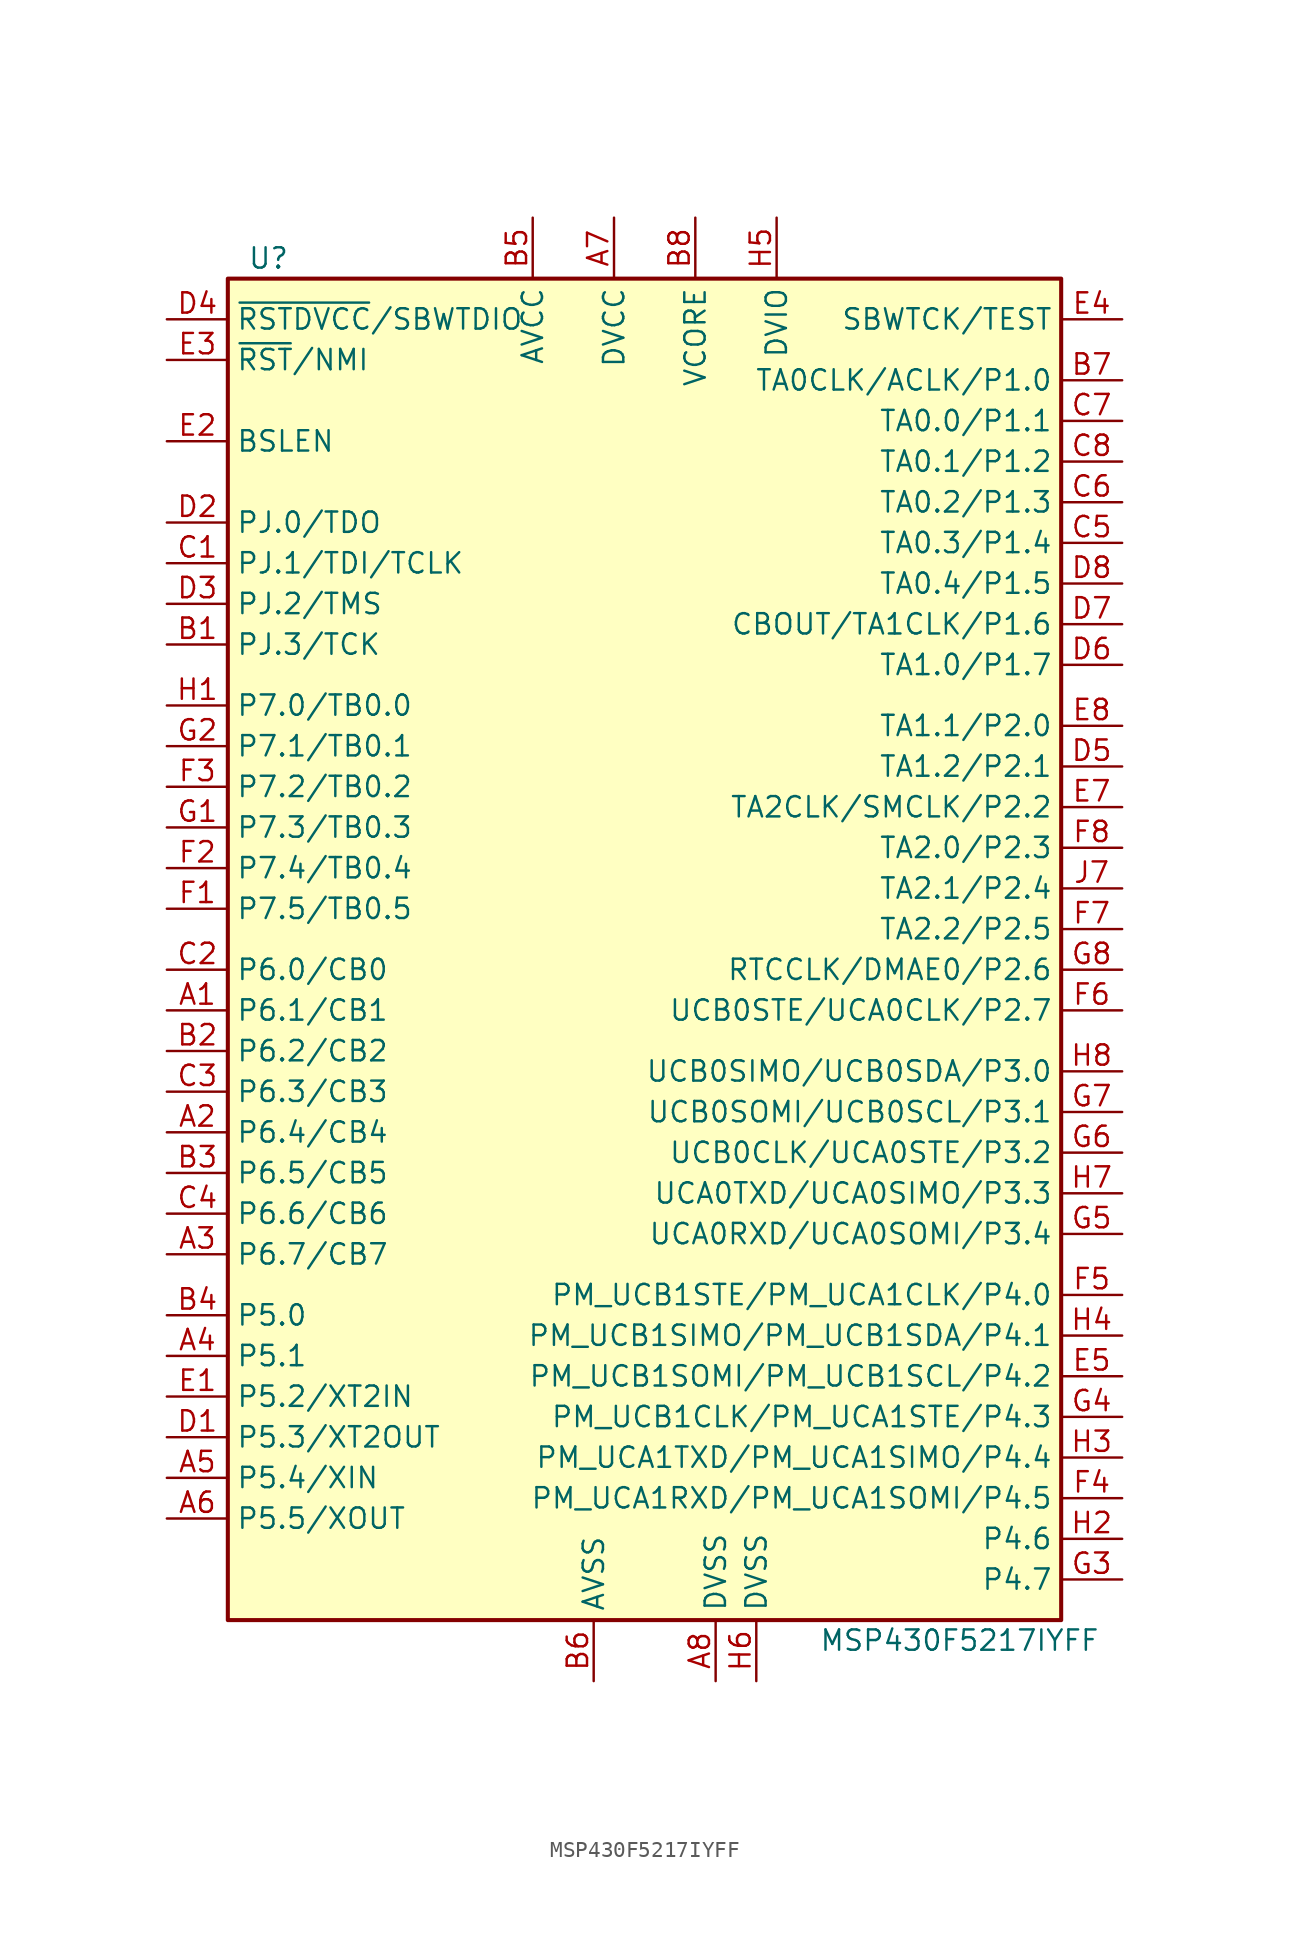
<source format=kicad_sym>
(kicad_symbol_lib
  (version 20231120)
  (generator "kicad_symbol_editor")
  (generator_version "8.0")
  (symbol "MSP430F5217IYFF"
    (property "Reference" "U"
      (at -24.13 43.18 0)
      (effects (font (size 1.27 1.27))))
    (property "Value" "MSP430F5217IYFF"
      (at 19.05 -43.18 0)
      (effects (font (size 1.27 1.27))))
    (symbol "MSP430F5217IYFF_0_1"
      (rectangle (start -26.67 41.91) (end 25.4 -41.91) (stroke (width 0.254) (type default)) (fill (type background))))
    (symbol "MSP430F5217IYFF_1_1"
      (pin bidirectional line (at -30.48 -3.81 0) (length 3.81) (name "P6.1/CB1" (effects (font (size 1.27 1.27)))) (number "A1" (effects (font (size 1.27 1.27)))))
      (pin bidirectional line (at -30.48 -11.43 0) (length 3.81) (name "P6.4/CB4" (effects (font (size 1.27 1.27)))) (number "A2" (effects (font (size 1.27 1.27)))))
      (pin bidirectional line (at -30.48 -19.05 0) (length 3.81) (name "P6.7/CB7" (effects (font (size 1.27 1.27)))) (number "A3" (effects (font (size 1.27 1.27)))))
      (pin bidirectional line (at -30.48 -25.4 0) (length 3.81) (name "P5.1" (effects (font (size 1.27 1.27)))) (number "A4" (effects (font (size 1.27 1.27)))))
      (pin bidirectional line (at -30.48 -33.02 0) (length 3.81) (name "P5.4/XIN" (effects (font (size 1.27 1.27)))) (number "A5" (effects (font (size 1.27 1.27)))))
      (pin bidirectional line (at -30.48 -35.56 0) (length 3.81) (name "P5.5/XOUT" (effects (font (size 1.27 1.27)))) (number "A6" (effects (font (size 1.27 1.27)))))
      (pin power_in line (at -2.54 45.72 270) (length 3.81) (name "DVCC" (effects (font (size 1.27 1.27)))) (number "A7" (effects (font (size 1.27 1.27)))))
      (pin power_in line (at 3.81 -45.72 90) (length 3.81) (name "DVSS" (effects (font (size 1.27 1.27)))) (number "A8" (effects (font (size 1.27 1.27)))))
      (pin bidirectional line (at -30.48 19.05 0) (length 3.81) (name "PJ.3/TCK" (effects (font (size 1.27 1.27)))) (number "B1" (effects (font (size 1.27 1.27)))))
      (pin bidirectional line (at -30.48 -6.35 0) (length 3.81) (name "P6.2/CB2" (effects (font (size 1.27 1.27)))) (number "B2" (effects (font (size 1.27 1.27)))))
      (pin bidirectional line (at -30.48 -13.97 0) (length 3.81) (name "P6.5/CB5" (effects (font (size 1.27 1.27)))) (number "B3" (effects (font (size 1.27 1.27)))))
      (pin bidirectional line (at -30.48 -22.86 0) (length 3.81) (name "P5.0" (effects (font (size 1.27 1.27)))) (number "B4" (effects (font (size 1.27 1.27)))))
      (pin power_in line (at -7.62 45.72 270) (length 3.81) (name "AVCC" (effects (font (size 1.27 1.27)))) (number "B5" (effects (font (size 1.27 1.27)))))
      (pin power_in line (at -3.81 -45.72 90) (length 3.81) (name "AVSS" (effects (font (size 1.27 1.27)))) (number "B6" (effects (font (size 1.27 1.27)))))
      (pin bidirectional line (at 29.21 35.56 180) (length 3.81) (name "TA0CLK/ACLK/P1.0" (effects (font (size 1.27 1.27)))) (number "B7" (effects (font (size 1.27 1.27)))))
      (pin power_in line (at 2.54 45.72 270) (length 3.81) (name "VCORE" (effects (font (size 1.27 1.27)))) (number "B8" (effects (font (size 1.27 1.27)))))
      (pin bidirectional line (at -30.48 24.13 0) (length 3.81) (name "PJ.1/TDI/TCLK" (effects (font (size 1.27 1.27)))) (number "C1" (effects (font (size 1.27 1.27)))))
      (pin bidirectional line (at -30.48 -1.27 0) (length 3.81) (name "P6.0/CB0" (effects (font (size 1.27 1.27)))) (number "C2" (effects (font (size 1.27 1.27)))))
      (pin bidirectional line (at -30.48 -8.89 0) (length 3.81) (name "P6.3/CB3" (effects (font (size 1.27 1.27)))) (number "C3" (effects (font (size 1.27 1.27)))))
      (pin bidirectional line (at -30.48 -16.51 0) (length 3.81) (name "P6.6/CB6" (effects (font (size 1.27 1.27)))) (number "C4" (effects (font (size 1.27 1.27)))))
      (pin bidirectional line (at 29.21 25.4 180) (length 3.81) (name "TA0.3/P1.4" (effects (font (size 1.27 1.27)))) (number "C5" (effects (font (size 1.27 1.27)))))
      (pin bidirectional line (at 29.21 27.94 180) (length 3.81) (name "TA0.2/P1.3" (effects (font (size 1.27 1.27)))) (number "C6" (effects (font (size 1.27 1.27)))))
      (pin bidirectional line (at 29.21 33.02 180) (length 3.81) (name "TA0.0/P1.1" (effects (font (size 1.27 1.27)))) (number "C7" (effects (font (size 1.27 1.27)))))
      (pin bidirectional line (at 29.21 30.48 180) (length 3.81) (name "TA0.1/P1.2" (effects (font (size 1.27 1.27)))) (number "C8" (effects (font (size 1.27 1.27)))))
      (pin bidirectional line (at -30.48 -30.48 0) (length 3.81) (name "P5.3/XT2OUT" (effects (font (size 1.27 1.27)))) (number "D1" (effects (font (size 1.27 1.27)))))
      (pin bidirectional line (at -30.48 26.67 0) (length 3.81) (name "PJ.0/TDO" (effects (font (size 1.27 1.27)))) (number "D2" (effects (font (size 1.27 1.27)))))
      (pin bidirectional line (at -30.48 21.59 0) (length 3.81) (name "PJ.2/TMS" (effects (font (size 1.27 1.27)))) (number "D3" (effects (font (size 1.27 1.27)))))
      (pin bidirectional line (at -30.48 39.37 0) (length 3.81) (name "~{RSTDVCC}/SBWTDIO" (effects (font (size 1.27 1.27)))) (number "D4" (effects (font (size 1.27 1.27)))))
      (pin bidirectional line (at 29.21 11.43 180) (length 3.81) (name "TA1.2/P2.1" (effects (font (size 1.27 1.27)))) (number "D5" (effects (font (size 1.27 1.27)))))
      (pin bidirectional line (at 29.21 17.78 180) (length 3.81) (name "TA1.0/P1.7" (effects (font (size 1.27 1.27)))) (number "D6" (effects (font (size 1.27 1.27)))))
      (pin bidirectional line (at 29.21 20.32 180) (length 3.81) (name "CBOUT/TA1CLK/P1.6" (effects (font (size 1.27 1.27)))) (number "D7" (effects (font (size 1.27 1.27)))))
      (pin bidirectional line (at 29.21 22.86 180) (length 3.81) (name "TA0.4/P1.5" (effects (font (size 1.27 1.27)))) (number "D8" (effects (font (size 1.27 1.27)))))
      (pin bidirectional line (at -30.48 -27.94 0) (length 3.81) (name "P5.2/XT2IN" (effects (font (size 1.27 1.27)))) (number "E1" (effects (font (size 1.27 1.27)))))
      (pin bidirectional line (at -30.48 31.75 0) (length 3.81) (name "BSLEN" (effects (font (size 1.27 1.27)))) (number "E2" (effects (font (size 1.27 1.27)))))
      (pin input line (at -30.48 36.83 0) (length 3.81) (name "~{RST}/NMI" (effects (font (size 1.27 1.27)))) (number "E3" (effects (font (size 1.27 1.27)))))
      (pin input line (at 29.21 39.37 180) (length 3.81) (name "SBWTCK/TEST" (effects (font (size 1.27 1.27)))) (number "E4" (effects (font (size 1.27 1.27)))))
      (pin bidirectional line (at 29.21 -26.67 180) (length 3.81) (name "PM_UCB1SOMI/PM_UCB1SCL/P4.2" (effects (font (size 1.27 1.27)))) (number "E5" (effects (font (size 1.27 1.27)))))
      (pin bidirectional line (at 29.21 8.89 180) (length 3.81) (name "TA2CLK/SMCLK/P2.2" (effects (font (size 1.27 1.27)))) (number "E7" (effects (font (size 1.27 1.27)))))
      (pin bidirectional line (at 29.21 13.97 180) (length 3.81) (name "TA1.1/P2.0" (effects (font (size 1.27 1.27)))) (number "E8" (effects (font (size 1.27 1.27)))))
      (pin bidirectional line (at -30.48 2.54 0) (length 3.81) (name "P7.5/TB0.5" (effects (font (size 1.27 1.27)))) (number "F1" (effects (font (size 1.27 1.27)))))
      (pin bidirectional line (at -30.48 5.08 0) (length 3.81) (name "P7.4/TB0.4" (effects (font (size 1.27 1.27)))) (number "F2" (effects (font (size 1.27 1.27)))))
      (pin bidirectional line (at -30.48 10.16 0) (length 3.81) (name "P7.2/TB0.2" (effects (font (size 1.27 1.27)))) (number "F3" (effects (font (size 1.27 1.27)))))
      (pin bidirectional line (at 29.21 -34.29 180) (length 3.81) (name "PM_UCA1RXD/PM_UCA1SOMI/P4.5" (effects (font (size 1.27 1.27)))) (number "F4" (effects (font (size 1.27 1.27)))))
      (pin bidirectional line (at 29.21 -21.59 180) (length 3.81) (name "PM_UCB1STE/PM_UCA1CLK/P4.0" (effects (font (size 1.27 1.27)))) (number "F5" (effects (font (size 1.27 1.27)))))
      (pin bidirectional line (at 29.21 -3.81 180) (length 3.81) (name "UCB0STE/UCA0CLK/P2.7" (effects (font (size 1.27 1.27)))) (number "F6" (effects (font (size 1.27 1.27)))))
      (pin bidirectional line (at 29.21 1.27 180) (length 3.81) (name "TA2.2/P2.5" (effects (font (size 1.27 1.27)))) (number "F7" (effects (font (size 1.27 1.27)))))
      (pin bidirectional line (at 29.21 6.35 180) (length 3.81) (name "TA2.0/P2.3" (effects (font (size 1.27 1.27)))) (number "F8" (effects (font (size 1.27 1.27)))))
      (pin bidirectional line (at -30.48 7.62 0) (length 3.81) (name "P7.3/TB0.3" (effects (font (size 1.27 1.27)))) (number "G1" (effects (font (size 1.27 1.27)))))
      (pin bidirectional line (at -30.48 12.7 0) (length 3.81) (name "P7.1/TB0.1" (effects (font (size 1.27 1.27)))) (number "G2" (effects (font (size 1.27 1.27)))))
      (pin bidirectional line (at 29.21 -39.37 180) (length 3.81) (name "P4.7" (effects (font (size 1.27 1.27)))) (number "G3" (effects (font (size 1.27 1.27)))))
      (pin bidirectional line (at 29.21 -29.21 180) (length 3.81) (name "PM_UCB1CLK/PM_UCA1STE/P4.3" (effects (font (size 1.27 1.27)))) (number "G4" (effects (font (size 1.27 1.27)))))
      (pin bidirectional line (at 29.21 -17.78 180) (length 3.81) (name "UCA0RXD/UCA0SOMI/P3.4" (effects (font (size 1.27 1.27)))) (number "G5" (effects (font (size 1.27 1.27)))))
      (pin bidirectional line (at 29.21 -12.7 180) (length 3.81) (name "UCB0CLK/UCA0STE/P3.2" (effects (font (size 1.27 1.27)))) (number "G6" (effects (font (size 1.27 1.27)))))
      (pin bidirectional line (at 29.21 -10.16 180) (length 3.81) (name "UCB0SOMI/UCB0SCL/P3.1" (effects (font (size 1.27 1.27)))) (number "G7" (effects (font (size 1.27 1.27)))))
      (pin bidirectional line (at 29.21 -1.27 180) (length 3.81) (name "RTCCLK/DMAE0/P2.6" (effects (font (size 1.27 1.27)))) (number "G8" (effects (font (size 1.27 1.27)))))
      (pin bidirectional line (at -30.48 15.24 0) (length 3.81) (name "P7.0/TB0.0" (effects (font (size 1.27 1.27)))) (number "H1" (effects (font (size 1.27 1.27)))))
      (pin bidirectional line (at 29.21 -36.83 180) (length 3.81) (name "P4.6" (effects (font (size 1.27 1.27)))) (number "H2" (effects (font (size 1.27 1.27)))))
      (pin bidirectional line (at 29.21 -31.75 180) (length 3.81) (name "PM_UCA1TXD/PM_UCA1SIMO/P4.4" (effects (font (size 1.27 1.27)))) (number "H3" (effects (font (size 1.27 1.27)))))
      (pin bidirectional line (at 29.21 -24.13 180) (length 3.81) (name "PM_UCB1SIMO/PM_UCB1SDA/P4.1" (effects (font (size 1.27 1.27)))) (number "H4" (effects (font (size 1.27 1.27)))))
      (pin power_in line (at 7.62 45.72 270) (length 3.81) (name "DVIO" (effects (font (size 1.27 1.27)))) (number "H5" (effects (font (size 1.27 1.27)))))
      (pin power_in line (at 6.35 -45.72 90) (length 3.81) (name "DVSS" (effects (font (size 1.27 1.27)))) (number "H6" (effects (font (size 1.27 1.27)))))
      (pin bidirectional line (at 29.21 -15.24 180) (length 3.81) (name "UCA0TXD/UCA0SIMO/P3.3" (effects (font (size 1.27 1.27)))) (number "H7" (effects (font (size 1.27 1.27)))))
      (pin bidirectional line (at 29.21 -7.62 180) (length 3.81) (name "UCB0SIMO/UCB0SDA/P3.0" (effects (font (size 1.27 1.27)))) (number "H8" (effects (font (size 1.27 1.27)))))
      (pin bidirectional line (at 29.21 3.81 180) (length 3.81) (name "TA2.1/P2.4" (effects (font (size 1.27 1.27)))) (number "J7" (effects (font (size 1.27 1.27))))))))
</source>
